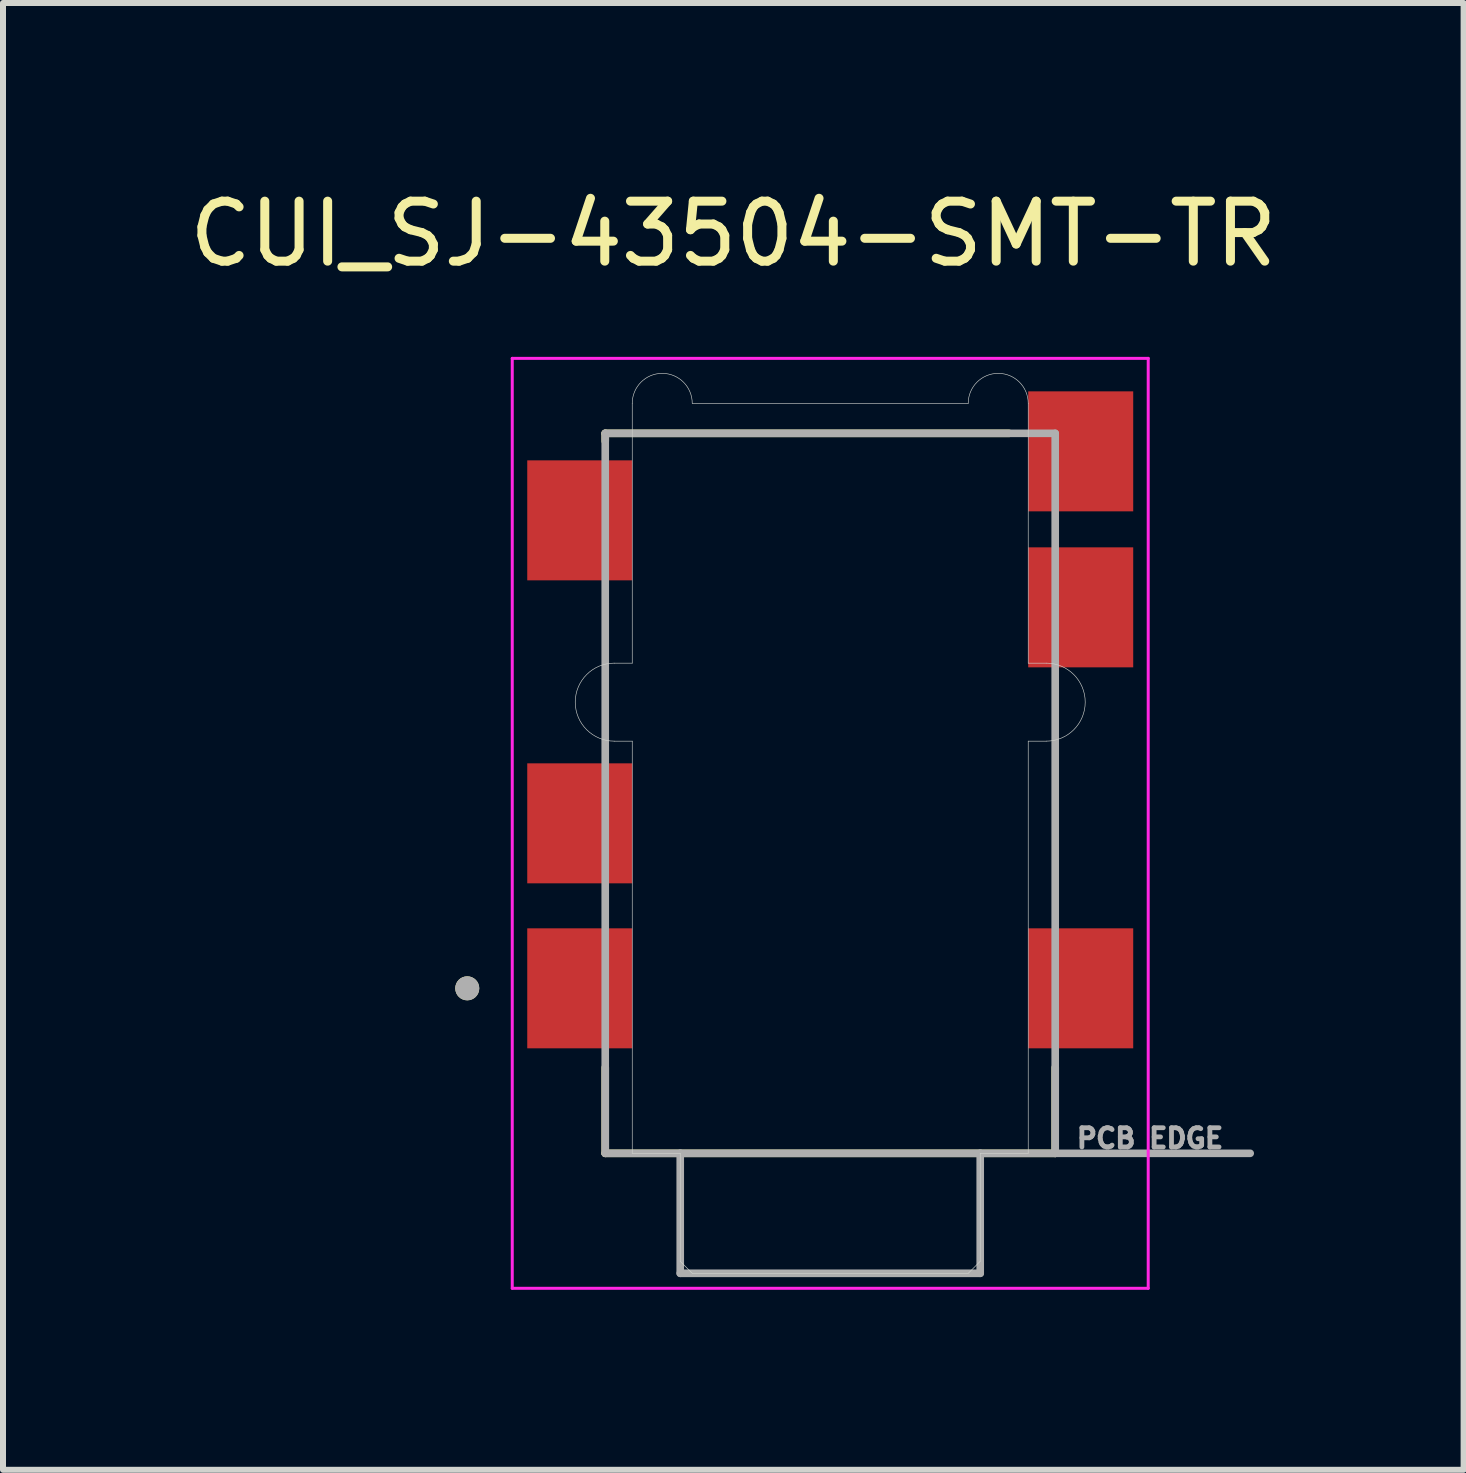
<source format=kicad_pcb>
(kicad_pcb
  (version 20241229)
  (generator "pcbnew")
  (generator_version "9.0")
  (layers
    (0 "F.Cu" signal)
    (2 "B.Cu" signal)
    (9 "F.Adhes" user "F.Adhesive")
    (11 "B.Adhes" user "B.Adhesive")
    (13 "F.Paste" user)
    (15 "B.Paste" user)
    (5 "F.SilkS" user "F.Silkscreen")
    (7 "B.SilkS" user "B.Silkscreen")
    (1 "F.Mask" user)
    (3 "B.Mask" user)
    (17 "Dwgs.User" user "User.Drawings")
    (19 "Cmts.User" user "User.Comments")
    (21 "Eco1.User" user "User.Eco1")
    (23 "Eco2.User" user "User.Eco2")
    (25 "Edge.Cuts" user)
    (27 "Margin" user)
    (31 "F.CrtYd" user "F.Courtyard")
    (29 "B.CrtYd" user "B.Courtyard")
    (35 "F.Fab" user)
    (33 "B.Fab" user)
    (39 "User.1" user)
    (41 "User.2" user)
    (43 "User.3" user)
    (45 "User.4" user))
  (footprint "CUI_SJ-43504-SMT-TR"
    (layer "F.Cu")
    (at 6.613 13.423)
    (property "Reference" "CUI_SJ-43504-SMT-TR" (at 2.56 -12.575 0) (layer "F.SilkS") (effects (font (size 1 1) (thickness 0.15))))
    (attr smd)
    (fp_line (start 0.425 -9.12) (end 0.425 -9.25) (stroke (width 0.127) (type solid)) (layer "F.SilkS"))
    (fp_line (start 0.425 2.75) (end 0.425 1.32) (stroke (width 0.127) (type solid)) (layer "F.SilkS"))
    (fp_line (start 7.155 -9.25) (end 0.425 -9.25) (stroke (width 0.127) (type solid)) (layer "F.SilkS"))
    (fp_line (start 7.925 1.32) (end 7.925 2.75) (stroke (width 0.127) (type solid)) (layer "F.SilkS"))
    (fp_line (start 7.925 2.75) (end 0.425 2.75) (stroke (width 0.127) (type solid)) (layer "F.SilkS"))
    (fp_circle (center -1.875 0) (end -1.775 0) (stroke (width 0.2) (type solid)) (fill no) (layer "F.SilkS"))
    (fp_line (start 0.575 -5.42) (end 0.875 -5.42) (stroke (width 0.01) (type solid)) (layer "Edge.Cuts"))
    (fp_line (start 0.875 -9.75) (end 0.875 -5.42) (stroke (width 0.01) (type solid)) (layer "Edge.Cuts"))
    (fp_line (start 0.875 -4.12) (end 0.575 -4.12) (stroke (width 0.01) (type solid)) (layer "Edge.Cuts"))
    (fp_line (start 0.875 2.75) (end 0.875 -4.12) (stroke (width 0.01) (type solid)) (layer "Edge.Cuts"))
    (fp_line (start 1.675 2.75) (end 0.875 2.75) (stroke (width 0.01) (type solid)) (layer "Edge.Cuts"))
    (fp_line (start 1.675 4.55) (end 1.675 2.75) (stroke (width 0.01) (type solid)) (layer "Edge.Cuts"))
    (fp_line (start 1.875 4.75) (end 1.675 4.55) (stroke (width 0.01) (type solid)) (layer "Edge.Cuts"))
    (fp_line (start 1.875 4.75) (end 6.475 4.75) (stroke (width 0.01) (type solid)) (layer "Edge.Cuts"))
    (fp_line (start 6.475 -9.75) (end 1.875 -9.75) (stroke (width 0.01) (type solid)) (layer "Edge.Cuts"))
    (fp_line (start 6.675 2.75) (end 6.675 4.55) (stroke (width 0.01) (type solid)) (layer "Edge.Cuts"))
    (fp_line (start 6.675 4.55) (end 6.475 4.75) (stroke (width 0.01) (type solid)) (layer "Edge.Cuts"))
    (fp_line (start 7.475 -9.75) (end 7.475 -5.42) (stroke (width 0.01) (type solid)) (layer "Edge.Cuts"))
    (fp_line (start 7.475 -5.42) (end 7.775 -5.42) (stroke (width 0.01) (type solid)) (layer "Edge.Cuts"))
    (fp_line (start 7.475 -4.12) (end 7.475 2.75) (stroke (width 0.01) (type solid)) (layer "Edge.Cuts"))
    (fp_line (start 7.475 2.75) (end 6.675 2.75) (stroke (width 0.01) (type solid)) (layer "Edge.Cuts"))
    (fp_line (start 7.775 -4.12) (end 7.475 -4.12) (stroke (width 0.01) (type solid)) (layer "Edge.Cuts"))
    (fp_arc (start 0.575 -4.12) (mid -0.075 -4.77) (end 0.575 -5.42) (stroke (width 0.01) (type solid)) (layer "Edge.Cuts"))
    (fp_arc (start 0.875 -9.75) (mid 1.375 -10.25) (end 1.875 -9.75) (stroke (width 0.01) (type solid)) (layer "Edge.Cuts"))
    (fp_arc (start 6.475 -9.75) (mid 6.975 -10.25) (end 7.475 -9.75) (stroke (width 0.01) (type solid)) (layer "Edge.Cuts"))
    (fp_arc (start 7.775 -5.42) (mid 8.425 -4.77) (end 7.775 -4.12) (stroke (width 0.01) (type solid)) (layer "Edge.Cuts"))
    (fp_line (start -1.125 -10.5) (end -1.125 5) (stroke (width 0.05) (type solid)) (layer "F.CrtYd"))
    (fp_line (start -1.125 5) (end 9.475 5) (stroke (width 0.05) (type solid)) (layer "F.CrtYd"))
    (fp_line (start 9.475 -10.5) (end -1.125 -10.5) (stroke (width 0.05) (type solid)) (layer "F.CrtYd"))
    (fp_line (start 9.475 5) (end 9.475 -10.5) (stroke (width 0.05) (type solid)) (layer "F.CrtYd"))
    (fp_line (start 0.425 2.75) (end 0.425 -9.25) (stroke (width 0.127) (type solid)) (layer "F.Fab"))
    (fp_line (start 1.675 2.75) (end 0.425 2.75) (stroke (width 0.127) (type solid)) (layer "F.Fab"))
    (fp_line (start 1.675 4.75) (end 1.675 2.75) (stroke (width 0.127) (type solid)) (layer "F.Fab"))
    (fp_line (start 6.675 2.75) (end 1.675 2.75) (stroke (width 0.127) (type solid)) (layer "F.Fab"))
    (fp_line (start 6.675 4.75) (end 1.675 4.75) (stroke (width 0.127) (type solid)) (layer "F.Fab"))
    (fp_line (start 6.675 4.75) (end 6.675 2.75) (stroke (width 0.127) (type solid)) (layer "F.Fab"))
    (fp_line (start 7.925 -9.25) (end 0.425 -9.25) (stroke (width 0.127) (type solid)) (layer "F.Fab"))
    (fp_line (start 7.925 -9.25) (end 7.925 2.75) (stroke (width 0.127) (type solid)) (layer "F.Fab"))
    (fp_line (start 7.925 2.75) (end 6.675 2.75) (stroke (width 0.127) (type solid)) (layer "F.Fab"))
    (fp_line (start 11.175 2.75) (end 7.925 2.75) (stroke (width 0.127) (type solid)) (layer "F.Fab"))
    (fp_circle (center -1.875 0) (end -1.775 0) (stroke (width 0.2) (type solid)) (fill no) (layer "F.Fab"))
    (fp_text user "PCB EDGE" (at 9.505 2.5 0) (layer "F.Fab") (effects (font (size 0.32 0.32) (thickness 0.15))))
    (pad "1" smd rect (at 0 0) (size 1.75 2) (layers "F.Cu" "F.Mask" "F.Paste"))
    (pad "2" smd rect (at 8.35 -6.35) (size 1.75 2) (layers "F.Cu" "F.Mask" "F.Paste"))
    (pad "3" smd rect (at 0 -2.75) (size 1.75 2) (layers "F.Cu" "F.Mask" "F.Paste"))
    (pad "4" smd rect (at 8.35 0) (size 1.75 2) (layers "F.Cu" "F.Mask" "F.Paste"))
    (pad "5" smd rect (at 8.35 -8.95) (size 1.75 2) (layers "F.Cu" "F.Mask" "F.Paste"))
    (pad "6" smd rect (at 0 -7.8) (size 1.75 2) (layers "F.Cu" "F.Mask" "F.Paste")))
  (gr_rect
    (start -3 -3)
    (end 21.345 21.448)
    (stroke (width 0.1) (type default))
    (fill no)
    (layer "Edge.Cuts")))
</source>
